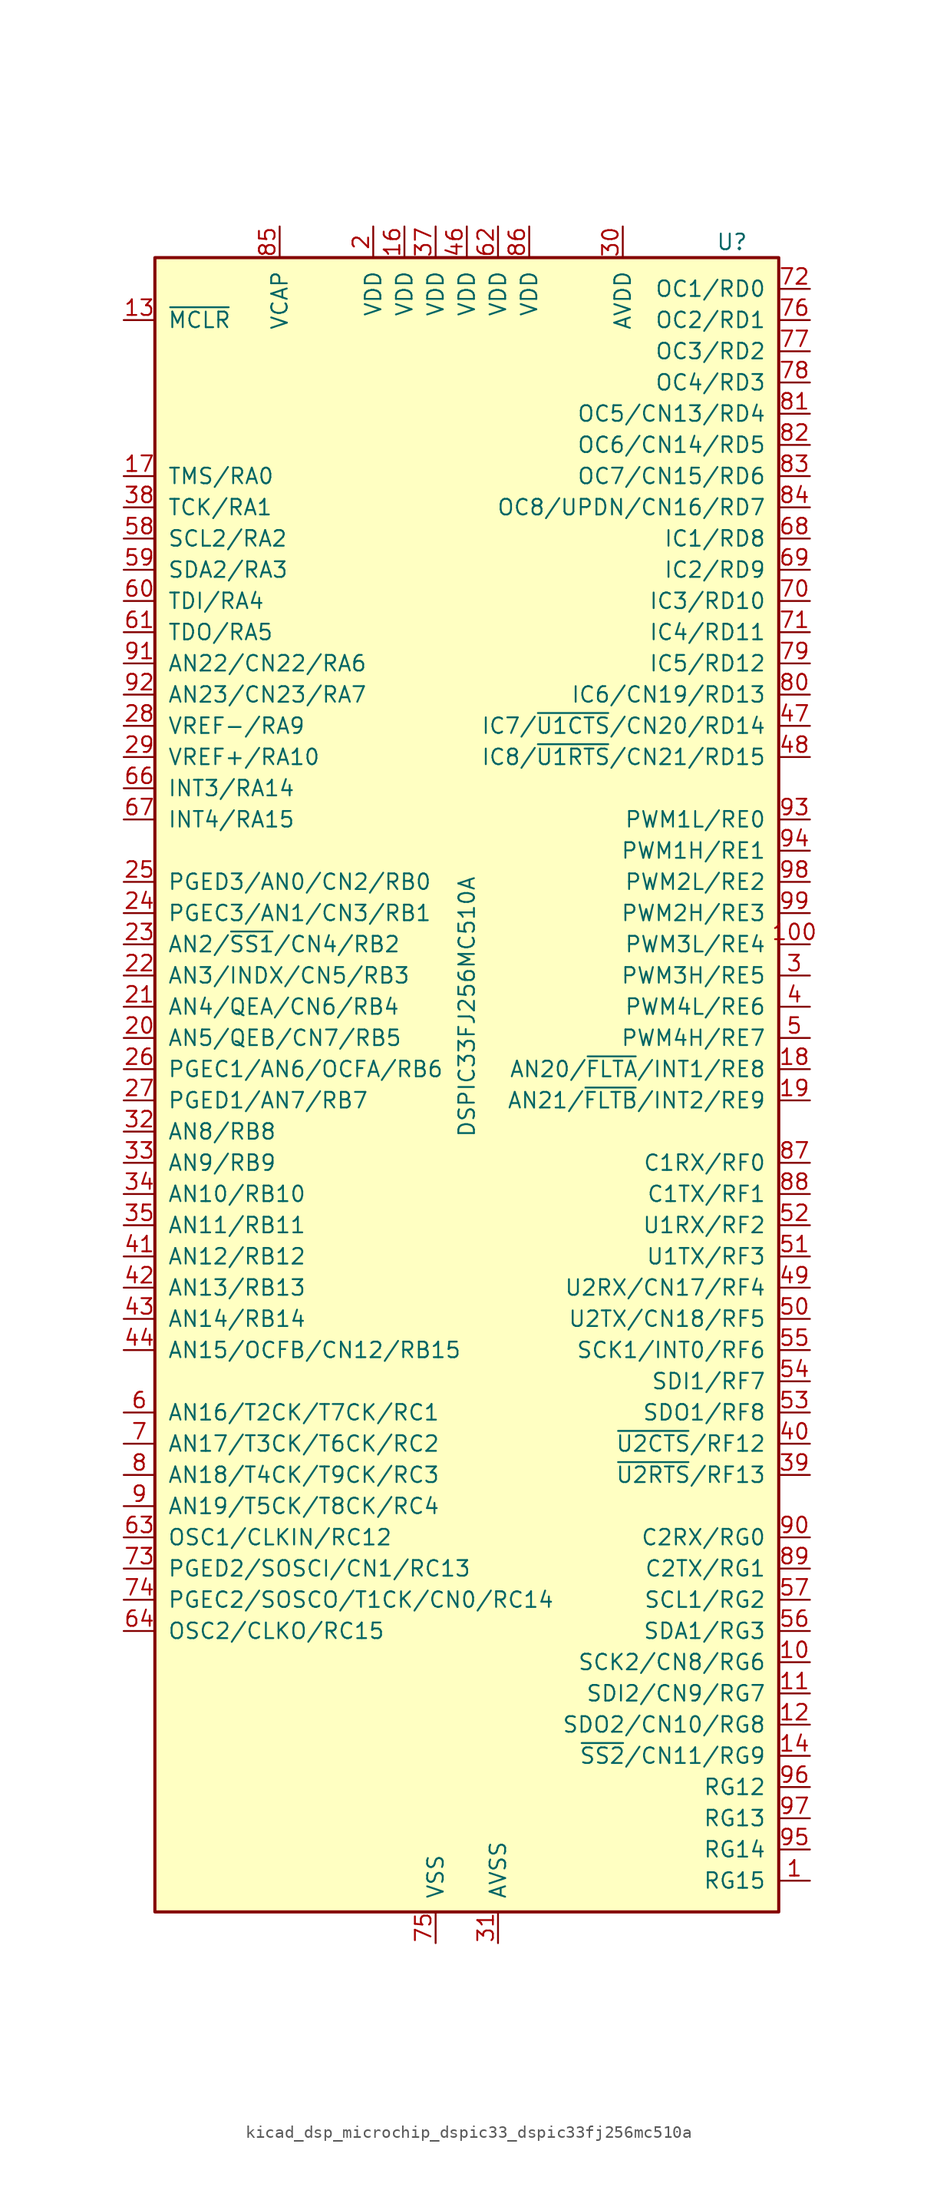
<source format=kicad_sym>
(kicad_symbol_lib
  (version 20220914)
  (generator kicad_symbol_editor)
  (symbol "kicad_dsp_microchip_dspic33_dspic33fj256mc510a"
    (pin_names
      (offset 1.016))
    (property "Reference" "U"
      (at 21.59 69.85 0)
      (effects (font (size 1.27 1.27))))
    (property "Value" "DSPIC33FJ256MC510A"
      (at 0 7.62 90)
      (effects (font (size 1.27 1.27))))
    (symbol "kicad_dsp_microchip_dspic33_dspic33fj256mc510a_0_1"
      (rectangle (start -25.4 68.58) (end 25.4 -66.04) (stroke (width 0.254) (type default)) (fill (type background))))
    (symbol "kicad_dsp_microchip_dspic33_dspic33fj256mc510a_1_1"
      (pin bidirectional line (at 27.94 -63.5 180) (length 2.54) (name "RG15" (effects (font (size 1.27 1.27)))) (number "1" (effects (font (size 1.27 1.27)))))
      (pin bidirectional line (at 27.94 -45.72 180) (length 2.54) (name "SCK2/CN8/RG6" (effects (font (size 1.27 1.27)))) (number "10" (effects (font (size 1.27 1.27)))))
      (pin bidirectional line (at 27.94 12.7 180) (length 2.54) (name "PWM3L/RE4" (effects (font (size 1.27 1.27)))) (number "100" (effects (font (size 1.27 1.27)))))
      (pin bidirectional line (at 27.94 -48.26 180) (length 2.54) (name "SDI2/CN9/RG7" (effects (font (size 1.27 1.27)))) (number "11" (effects (font (size 1.27 1.27)))))
      (pin bidirectional line (at 27.94 -50.8 180) (length 2.54) (name "SDO2/CN10/RG8" (effects (font (size 1.27 1.27)))) (number "12" (effects (font (size 1.27 1.27)))))
      (pin input line (at -27.94 63.5 0) (length 2.54) (name "~{MCLR}" (effects (font (size 1.27 1.27)))) (number "13" (effects (font (size 1.27 1.27)))))
      (pin bidirectional line (at 27.94 -53.34 180) (length 2.54) (name "~{SS2}/CN11/RG9" (effects (font (size 1.27 1.27)))) (number "14" (effects (font (size 1.27 1.27)))))
      (pin passive line (at -2.54 -68.58 90) (length 2.54) hide (name "VSS" (effects (font (size 1.27 1.27)))) (number "15" (effects (font (size 1.27 1.27)))))
      (pin power_in line (at -5.08 71.12 270) (length 2.54) (name "VDD" (effects (font (size 1.27 1.27)))) (number "16" (effects (font (size 1.27 1.27)))))
      (pin bidirectional line (at -27.94 50.8 0) (length 2.54) (name "TMS/RA0" (effects (font (size 1.27 1.27)))) (number "17" (effects (font (size 1.27 1.27)))))
      (pin bidirectional line (at 27.94 2.54 180) (length 2.54) (name "AN20/~{FLTA}/INT1/RE8" (effects (font (size 1.27 1.27)))) (number "18" (effects (font (size 1.27 1.27)))))
      (pin bidirectional line (at 27.94 0 180) (length 2.54) (name "AN21/~{FLTB}/INT2/RE9" (effects (font (size 1.27 1.27)))) (number "19" (effects (font (size 1.27 1.27)))))
      (pin power_in line (at -7.62 71.12 270) (length 2.54) (name "VDD" (effects (font (size 1.27 1.27)))) (number "2" (effects (font (size 1.27 1.27)))))
      (pin bidirectional line (at -27.94 5.08 0) (length 2.54) (name "AN5/QEB/CN7/RB5" (effects (font (size 1.27 1.27)))) (number "20" (effects (font (size 1.27 1.27)))))
      (pin bidirectional line (at -27.94 7.62 0) (length 2.54) (name "AN4/QEA/CN6/RB4" (effects (font (size 1.27 1.27)))) (number "21" (effects (font (size 1.27 1.27)))))
      (pin bidirectional line (at -27.94 10.16 0) (length 2.54) (name "AN3/INDX/CN5/RB3" (effects (font (size 1.27 1.27)))) (number "22" (effects (font (size 1.27 1.27)))))
      (pin bidirectional line (at -27.94 12.7 0) (length 2.54) (name "AN2/~{SS1}/CN4/RB2" (effects (font (size 1.27 1.27)))) (number "23" (effects (font (size 1.27 1.27)))))
      (pin bidirectional line (at -27.94 15.24 0) (length 2.54) (name "PGEC3/AN1/CN3/RB1" (effects (font (size 1.27 1.27)))) (number "24" (effects (font (size 1.27 1.27)))))
      (pin bidirectional line (at -27.94 17.78 0) (length 2.54) (name "PGED3/AN0/CN2/RB0" (effects (font (size 1.27 1.27)))) (number "25" (effects (font (size 1.27 1.27)))))
      (pin bidirectional line (at -27.94 2.54 0) (length 2.54) (name "PGEC1/AN6/OCFA/RB6" (effects (font (size 1.27 1.27)))) (number "26" (effects (font (size 1.27 1.27)))))
      (pin bidirectional line (at -27.94 0 0) (length 2.54) (name "PGED1/AN7/RB7" (effects (font (size 1.27 1.27)))) (number "27" (effects (font (size 1.27 1.27)))))
      (pin bidirectional line (at -27.94 30.48 0) (length 2.54) (name "VREF-/RA9" (effects (font (size 1.27 1.27)))) (number "28" (effects (font (size 1.27 1.27)))))
      (pin bidirectional line (at -27.94 27.94 0) (length 2.54) (name "VREF+/RA10" (effects (font (size 1.27 1.27)))) (number "29" (effects (font (size 1.27 1.27)))))
      (pin bidirectional line (at 27.94 10.16 180) (length 2.54) (name "PWM3H/RE5" (effects (font (size 1.27 1.27)))) (number "3" (effects (font (size 1.27 1.27)))))
      (pin power_in line (at 12.7 71.12 270) (length 2.54) (name "AVDD" (effects (font (size 1.27 1.27)))) (number "30" (effects (font (size 1.27 1.27)))))
      (pin power_in line (at 2.54 -68.58 90) (length 2.54) (name "AVSS" (effects (font (size 1.27 1.27)))) (number "31" (effects (font (size 1.27 1.27)))))
      (pin bidirectional line (at -27.94 -2.54 0) (length 2.54) (name "AN8/RB8" (effects (font (size 1.27 1.27)))) (number "32" (effects (font (size 1.27 1.27)))))
      (pin bidirectional line (at -27.94 -5.08 0) (length 2.54) (name "AN9/RB9" (effects (font (size 1.27 1.27)))) (number "33" (effects (font (size 1.27 1.27)))))
      (pin bidirectional line (at -27.94 -7.62 0) (length 2.54) (name "AN10/RB10" (effects (font (size 1.27 1.27)))) (number "34" (effects (font (size 1.27 1.27)))))
      (pin bidirectional line (at -27.94 -10.16 0) (length 2.54) (name "AN11/RB11" (effects (font (size 1.27 1.27)))) (number "35" (effects (font (size 1.27 1.27)))))
      (pin passive line (at -2.54 -68.58 90) (length 2.54) hide (name "VSS" (effects (font (size 1.27 1.27)))) (number "36" (effects (font (size 1.27 1.27)))))
      (pin power_in line (at -2.54 71.12 270) (length 2.54) (name "VDD" (effects (font (size 1.27 1.27)))) (number "37" (effects (font (size 1.27 1.27)))))
      (pin bidirectional line (at -27.94 48.26 0) (length 2.54) (name "TCK/RA1" (effects (font (size 1.27 1.27)))) (number "38" (effects (font (size 1.27 1.27)))))
      (pin bidirectional line (at 27.94 -30.48 180) (length 2.54) (name "~{U2RTS}/RF13" (effects (font (size 1.27 1.27)))) (number "39" (effects (font (size 1.27 1.27)))))
      (pin bidirectional line (at 27.94 7.62 180) (length 2.54) (name "PWM4L/RE6" (effects (font (size 1.27 1.27)))) (number "4" (effects (font (size 1.27 1.27)))))
      (pin bidirectional line (at 27.94 -27.94 180) (length 2.54) (name "~{U2CTS}/RF12" (effects (font (size 1.27 1.27)))) (number "40" (effects (font (size 1.27 1.27)))))
      (pin bidirectional line (at -27.94 -12.7 0) (length 2.54) (name "AN12/RB12" (effects (font (size 1.27 1.27)))) (number "41" (effects (font (size 1.27 1.27)))))
      (pin bidirectional line (at -27.94 -15.24 0) (length 2.54) (name "AN13/RB13" (effects (font (size 1.27 1.27)))) (number "42" (effects (font (size 1.27 1.27)))))
      (pin bidirectional line (at -27.94 -17.78 0) (length 2.54) (name "AN14/RB14" (effects (font (size 1.27 1.27)))) (number "43" (effects (font (size 1.27 1.27)))))
      (pin bidirectional line (at -27.94 -20.32 0) (length 2.54) (name "AN15/OCFB/CN12/RB15" (effects (font (size 1.27 1.27)))) (number "44" (effects (font (size 1.27 1.27)))))
      (pin passive line (at -2.54 -68.58 90) (length 2.54) hide (name "VSS" (effects (font (size 1.27 1.27)))) (number "45" (effects (font (size 1.27 1.27)))))
      (pin power_in line (at 0 71.12 270) (length 2.54) (name "VDD" (effects (font (size 1.27 1.27)))) (number "46" (effects (font (size 1.27 1.27)))))
      (pin bidirectional line (at 27.94 30.48 180) (length 2.54) (name "IC7/~{U1CTS}/CN20/RD14" (effects (font (size 1.27 1.27)))) (number "47" (effects (font (size 1.27 1.27)))))
      (pin bidirectional line (at 27.94 27.94 180) (length 2.54) (name "IC8/~{U1RTS}/CN21/RD15" (effects (font (size 1.27 1.27)))) (number "48" (effects (font (size 1.27 1.27)))))
      (pin bidirectional line (at 27.94 -15.24 180) (length 2.54) (name "U2RX/CN17/RF4" (effects (font (size 1.27 1.27)))) (number "49" (effects (font (size 1.27 1.27)))))
      (pin bidirectional line (at 27.94 5.08 180) (length 2.54) (name "PWM4H/RE7" (effects (font (size 1.27 1.27)))) (number "5" (effects (font (size 1.27 1.27)))))
      (pin bidirectional line (at 27.94 -17.78 180) (length 2.54) (name "U2TX/CN18/RF5" (effects (font (size 1.27 1.27)))) (number "50" (effects (font (size 1.27 1.27)))))
      (pin bidirectional line (at 27.94 -12.7 180) (length 2.54) (name "U1TX/RF3" (effects (font (size 1.27 1.27)))) (number "51" (effects (font (size 1.27 1.27)))))
      (pin bidirectional line (at 27.94 -10.16 180) (length 2.54) (name "U1RX/RF2" (effects (font (size 1.27 1.27)))) (number "52" (effects (font (size 1.27 1.27)))))
      (pin bidirectional line (at 27.94 -25.4 180) (length 2.54) (name "SDO1/RF8" (effects (font (size 1.27 1.27)))) (number "53" (effects (font (size 1.27 1.27)))))
      (pin bidirectional line (at 27.94 -22.86 180) (length 2.54) (name "SDI1/RF7" (effects (font (size 1.27 1.27)))) (number "54" (effects (font (size 1.27 1.27)))))
      (pin bidirectional line (at 27.94 -20.32 180) (length 2.54) (name "SCK1/INT0/RF6" (effects (font (size 1.27 1.27)))) (number "55" (effects (font (size 1.27 1.27)))))
      (pin bidirectional line (at 27.94 -43.18 180) (length 2.54) (name "SDA1/RG3" (effects (font (size 1.27 1.27)))) (number "56" (effects (font (size 1.27 1.27)))))
      (pin bidirectional line (at 27.94 -40.64 180) (length 2.54) (name "SCL1/RG2" (effects (font (size 1.27 1.27)))) (number "57" (effects (font (size 1.27 1.27)))))
      (pin bidirectional line (at -27.94 45.72 0) (length 2.54) (name "SCL2/RA2" (effects (font (size 1.27 1.27)))) (number "58" (effects (font (size 1.27 1.27)))))
      (pin bidirectional line (at -27.94 43.18 0) (length 2.54) (name "SDA2/RA3" (effects (font (size 1.27 1.27)))) (number "59" (effects (font (size 1.27 1.27)))))
      (pin bidirectional line (at -27.94 -25.4 0) (length 2.54) (name "AN16/T2CK/T7CK/RC1" (effects (font (size 1.27 1.27)))) (number "6" (effects (font (size 1.27 1.27)))))
      (pin bidirectional line (at -27.94 40.64 0) (length 2.54) (name "TDI/RA4" (effects (font (size 1.27 1.27)))) (number "60" (effects (font (size 1.27 1.27)))))
      (pin bidirectional line (at -27.94 38.1 0) (length 2.54) (name "TDO/RA5" (effects (font (size 1.27 1.27)))) (number "61" (effects (font (size 1.27 1.27)))))
      (pin power_in line (at 2.54 71.12 270) (length 2.54) (name "VDD" (effects (font (size 1.27 1.27)))) (number "62" (effects (font (size 1.27 1.27)))))
      (pin bidirectional line (at -27.94 -35.56 0) (length 2.54) (name "OSC1/CLKIN/RC12" (effects (font (size 1.27 1.27)))) (number "63" (effects (font (size 1.27 1.27)))))
      (pin bidirectional line (at -27.94 -43.18 0) (length 2.54) (name "OSC2/CLKO/RC15" (effects (font (size 1.27 1.27)))) (number "64" (effects (font (size 1.27 1.27)))))
      (pin passive line (at -2.54 -68.58 90) (length 2.54) hide (name "VSS" (effects (font (size 1.27 1.27)))) (number "65" (effects (font (size 1.27 1.27)))))
      (pin bidirectional line (at -27.94 25.4 0) (length 2.54) (name "INT3/RA14" (effects (font (size 1.27 1.27)))) (number "66" (effects (font (size 1.27 1.27)))))
      (pin bidirectional line (at -27.94 22.86 0) (length 2.54) (name "INT4/RA15" (effects (font (size 1.27 1.27)))) (number "67" (effects (font (size 1.27 1.27)))))
      (pin bidirectional line (at 27.94 45.72 180) (length 2.54) (name "IC1/RD8" (effects (font (size 1.27 1.27)))) (number "68" (effects (font (size 1.27 1.27)))))
      (pin bidirectional line (at 27.94 43.18 180) (length 2.54) (name "IC2/RD9" (effects (font (size 1.27 1.27)))) (number "69" (effects (font (size 1.27 1.27)))))
      (pin bidirectional line (at -27.94 -27.94 0) (length 2.54) (name "AN17/T3CK/T6CK/RC2" (effects (font (size 1.27 1.27)))) (number "7" (effects (font (size 1.27 1.27)))))
      (pin bidirectional line (at 27.94 40.64 180) (length 2.54) (name "IC3/RD10" (effects (font (size 1.27 1.27)))) (number "70" (effects (font (size 1.27 1.27)))))
      (pin bidirectional line (at 27.94 38.1 180) (length 2.54) (name "IC4/RD11" (effects (font (size 1.27 1.27)))) (number "71" (effects (font (size 1.27 1.27)))))
      (pin bidirectional line (at 27.94 66.04 180) (length 2.54) (name "OC1/RD0" (effects (font (size 1.27 1.27)))) (number "72" (effects (font (size 1.27 1.27)))))
      (pin bidirectional line (at -27.94 -38.1 0) (length 2.54) (name "PGED2/SOSCI/CN1/RC13" (effects (font (size 1.27 1.27)))) (number "73" (effects (font (size 1.27 1.27)))))
      (pin bidirectional line (at -27.94 -40.64 0) (length 2.54) (name "PGEC2/SOSCO/T1CK/CN0/RC14" (effects (font (size 1.27 1.27)))) (number "74" (effects (font (size 1.27 1.27)))))
      (pin power_in line (at -2.54 -68.58 90) (length 2.54) (name "VSS" (effects (font (size 1.27 1.27)))) (number "75" (effects (font (size 1.27 1.27)))))
      (pin bidirectional line (at 27.94 63.5 180) (length 2.54) (name "OC2/RD1" (effects (font (size 1.27 1.27)))) (number "76" (effects (font (size 1.27 1.27)))))
      (pin bidirectional line (at 27.94 60.96 180) (length 2.54) (name "OC3/RD2" (effects (font (size 1.27 1.27)))) (number "77" (effects (font (size 1.27 1.27)))))
      (pin bidirectional line (at 27.94 58.42 180) (length 2.54) (name "OC4/RD3" (effects (font (size 1.27 1.27)))) (number "78" (effects (font (size 1.27 1.27)))))
      (pin bidirectional line (at 27.94 35.56 180) (length 2.54) (name "IC5/RD12" (effects (font (size 1.27 1.27)))) (number "79" (effects (font (size 1.27 1.27)))))
      (pin bidirectional line (at -27.94 -30.48 0) (length 2.54) (name "AN18/T4CK/T9CK/RC3" (effects (font (size 1.27 1.27)))) (number "8" (effects (font (size 1.27 1.27)))))
      (pin bidirectional line (at 27.94 33.02 180) (length 2.54) (name "IC6/CN19/RD13" (effects (font (size 1.27 1.27)))) (number "80" (effects (font (size 1.27 1.27)))))
      (pin bidirectional line (at 27.94 55.88 180) (length 2.54) (name "OC5/CN13/RD4" (effects (font (size 1.27 1.27)))) (number "81" (effects (font (size 1.27 1.27)))))
      (pin bidirectional line (at 27.94 53.34 180) (length 2.54) (name "OC6/CN14/RD5" (effects (font (size 1.27 1.27)))) (number "82" (effects (font (size 1.27 1.27)))))
      (pin bidirectional line (at 27.94 50.8 180) (length 2.54) (name "OC7/CN15/RD6" (effects (font (size 1.27 1.27)))) (number "83" (effects (font (size 1.27 1.27)))))
      (pin bidirectional line (at 27.94 48.26 180) (length 2.54) (name "OC8/UPDN/CN16/RD7" (effects (font (size 1.27 1.27)))) (number "84" (effects (font (size 1.27 1.27)))))
      (pin passive line (at -15.24 71.12 270) (length 2.54) (name "VCAP" (effects (font (size 1.27 1.27)))) (number "85" (effects (font (size 1.27 1.27)))))
      (pin power_in line (at 5.08 71.12 270) (length 2.54) (name "VDD" (effects (font (size 1.27 1.27)))) (number "86" (effects (font (size 1.27 1.27)))))
      (pin bidirectional line (at 27.94 -5.08 180) (length 2.54) (name "C1RX/RF0" (effects (font (size 1.27 1.27)))) (number "87" (effects (font (size 1.27 1.27)))))
      (pin bidirectional line (at 27.94 -7.62 180) (length 2.54) (name "C1TX/RF1" (effects (font (size 1.27 1.27)))) (number "88" (effects (font (size 1.27 1.27)))))
      (pin bidirectional line (at 27.94 -38.1 180) (length 2.54) (name "C2TX/RG1" (effects (font (size 1.27 1.27)))) (number "89" (effects (font (size 1.27 1.27)))))
      (pin bidirectional line (at -27.94 -33.02 0) (length 2.54) (name "AN19/T5CK/T8CK/RC4" (effects (font (size 1.27 1.27)))) (number "9" (effects (font (size 1.27 1.27)))))
      (pin bidirectional line (at 27.94 -35.56 180) (length 2.54) (name "C2RX/RG0" (effects (font (size 1.27 1.27)))) (number "90" (effects (font (size 1.27 1.27)))))
      (pin bidirectional line (at -27.94 35.56 0) (length 2.54) (name "AN22/CN22/RA6" (effects (font (size 1.27 1.27)))) (number "91" (effects (font (size 1.27 1.27)))))
      (pin bidirectional line (at -27.94 33.02 0) (length 2.54) (name "AN23/CN23/RA7" (effects (font (size 1.27 1.27)))) (number "92" (effects (font (size 1.27 1.27)))))
      (pin bidirectional line (at 27.94 22.86 180) (length 2.54) (name "PWM1L/RE0" (effects (font (size 1.27 1.27)))) (number "93" (effects (font (size 1.27 1.27)))))
      (pin bidirectional line (at 27.94 20.32 180) (length 2.54) (name "PWM1H/RE1" (effects (font (size 1.27 1.27)))) (number "94" (effects (font (size 1.27 1.27)))))
      (pin bidirectional line (at 27.94 -60.96 180) (length 2.54) (name "RG14" (effects (font (size 1.27 1.27)))) (number "95" (effects (font (size 1.27 1.27)))))
      (pin bidirectional line (at 27.94 -55.88 180) (length 2.54) (name "RG12" (effects (font (size 1.27 1.27)))) (number "96" (effects (font (size 1.27 1.27)))))
      (pin bidirectional line (at 27.94 -58.42 180) (length 2.54) (name "RG13" (effects (font (size 1.27 1.27)))) (number "97" (effects (font (size 1.27 1.27)))))
      (pin bidirectional line (at 27.94 17.78 180) (length 2.54) (name "PWM2L/RE2" (effects (font (size 1.27 1.27)))) (number "98" (effects (font (size 1.27 1.27)))))
      (pin bidirectional line (at 27.94 15.24 180) (length 2.54) (name "PWM2H/RE3" (effects (font (size 1.27 1.27)))) (number "99" (effects (font (size 1.27 1.27))))))))
</source>
